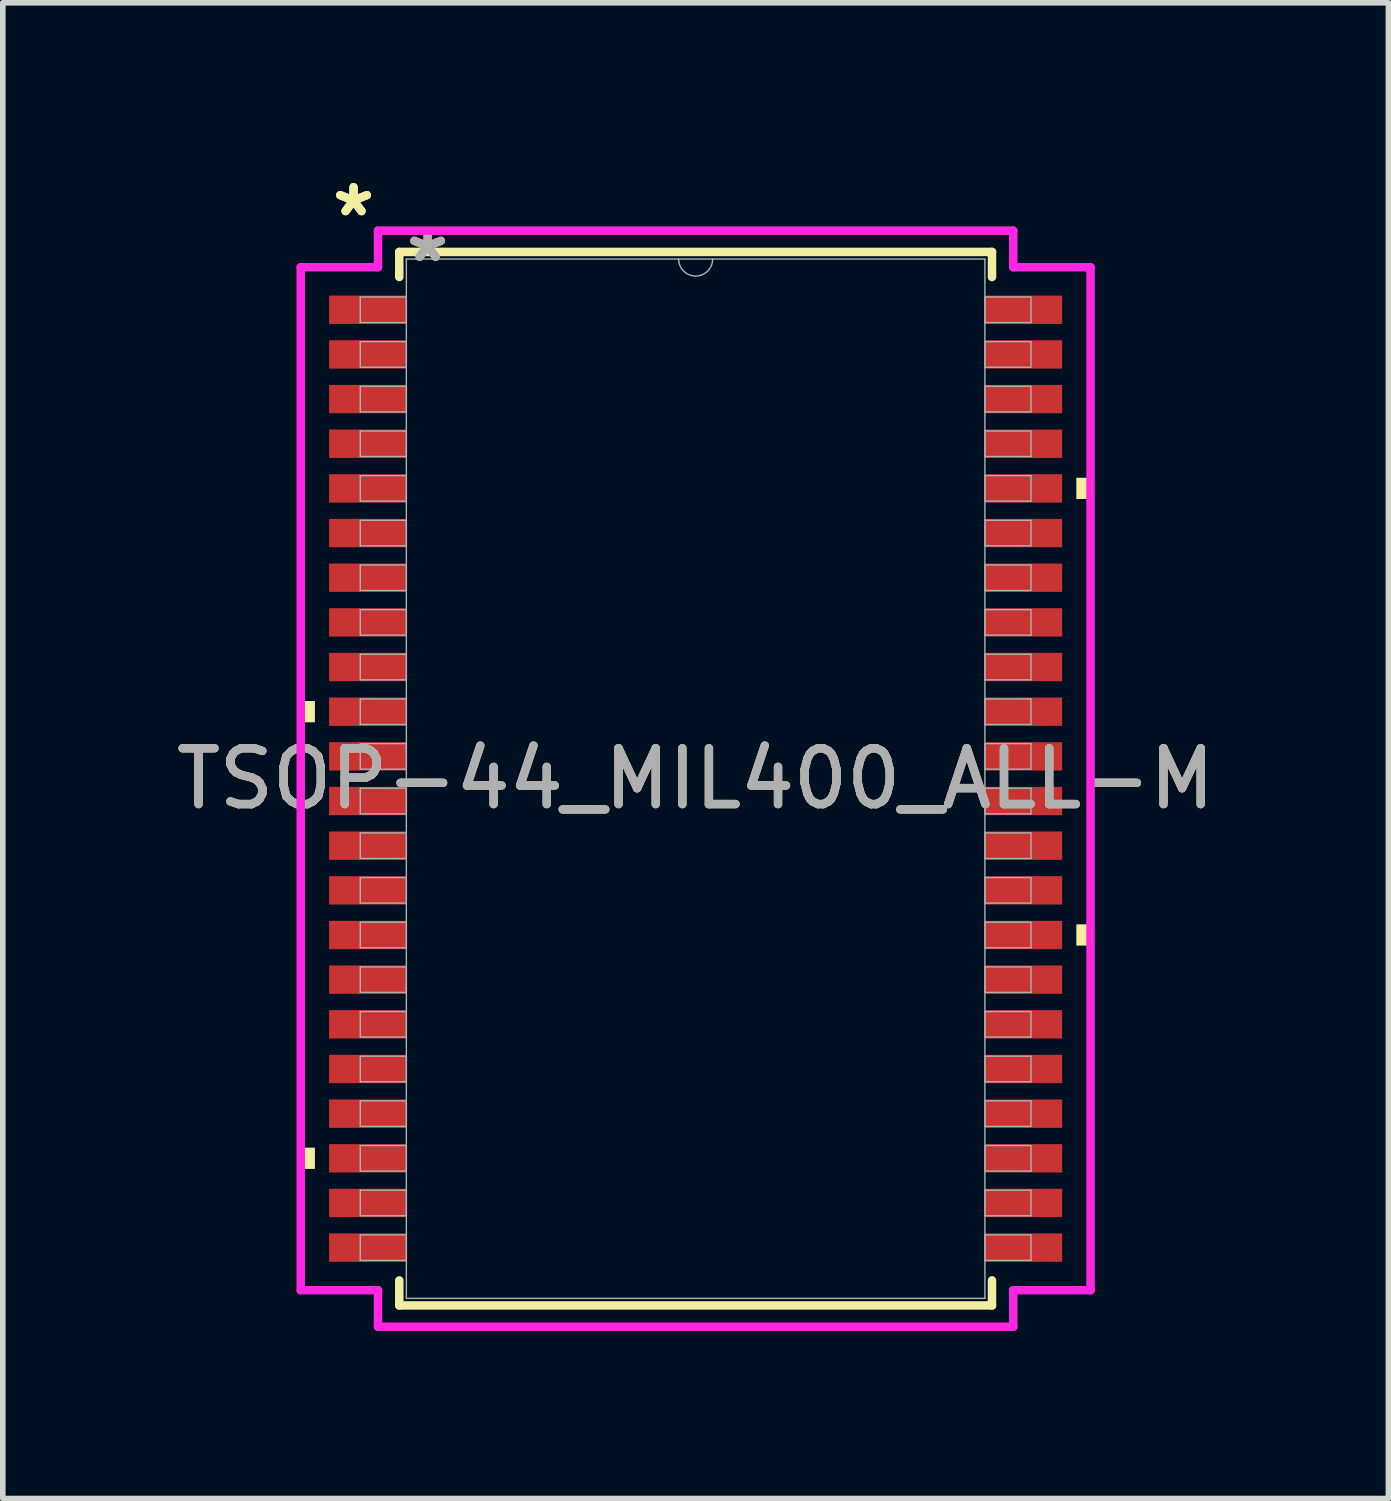
<source format=kicad_pcb>
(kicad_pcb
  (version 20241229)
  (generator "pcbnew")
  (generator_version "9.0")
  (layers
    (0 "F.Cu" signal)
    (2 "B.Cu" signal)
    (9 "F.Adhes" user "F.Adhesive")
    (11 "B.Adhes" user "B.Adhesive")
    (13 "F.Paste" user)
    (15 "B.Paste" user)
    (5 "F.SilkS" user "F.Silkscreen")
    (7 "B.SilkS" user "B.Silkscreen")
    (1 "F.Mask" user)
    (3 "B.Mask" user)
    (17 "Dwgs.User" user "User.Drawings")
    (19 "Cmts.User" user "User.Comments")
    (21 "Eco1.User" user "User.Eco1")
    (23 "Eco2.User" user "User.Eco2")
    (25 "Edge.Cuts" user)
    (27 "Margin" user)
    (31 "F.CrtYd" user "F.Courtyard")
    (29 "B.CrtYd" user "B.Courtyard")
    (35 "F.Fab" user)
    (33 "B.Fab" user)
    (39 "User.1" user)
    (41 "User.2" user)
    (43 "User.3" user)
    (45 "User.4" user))
  (footprint "TSOP-44_MIL400_ALL-M"
    (layer "F.Cu")
    (at 9.411 10.899)
    (property "Reference" "TSOP-44_MIL400_ALL-M" (at 0 0 0) (unlocked yes) (layer "F.SilkS") (effects (font (size 1 1) (thickness 0.15))))
    (attr smd)
    (fp_line (start -5.309 -9.436) (end -5.309 -8.987) (stroke (width 0.152) (type solid)) (layer "F.SilkS"))
    (fp_line (start -5.309 8.987) (end -5.309 9.436) (stroke (width 0.152) (type solid)) (layer "F.SilkS"))
    (fp_line (start -5.309 9.436) (end 5.309 9.436) (stroke (width 0.152) (type solid)) (layer "F.SilkS"))
    (fp_line (start 5.309 -9.436) (end -5.309 -9.436) (stroke (width 0.152) (type solid)) (layer "F.SilkS"))
    (fp_line (start 5.309 -8.987) (end 5.309 -9.436) (stroke (width 0.152) (type solid)) (layer "F.SilkS"))
    (fp_line (start 5.309 9.436) (end 5.309 8.987) (stroke (width 0.152) (type solid)) (layer "F.SilkS"))
    (fp_poly (pts (xy -7.074 -1.391) (xy -7.074 -1.01) (xy -6.82 -1.01) (xy -6.82 -1.391)) (stroke (width 0) (type solid)) (fill yes) (layer "F.SilkS"))
    (fp_poly (pts (xy -7.074 6.609) (xy -7.074 6.99) (xy -6.82 6.99) (xy -6.82 6.609)) (stroke (width 0) (type solid)) (fill yes) (layer "F.SilkS"))
    (fp_poly (pts (xy 7.074 -5.391) (xy 7.074 -5.01) (xy 6.82 -5.01) (xy 6.82 -5.391)) (stroke (width 0) (type solid)) (fill yes) (layer "F.SilkS"))
    (fp_poly (pts (xy 7.074 2.609) (xy 7.074 2.99) (xy 6.82 2.99) (xy 6.82 2.609)) (stroke (width 0) (type solid)) (fill yes) (layer "F.SilkS"))
    (fp_line (start -7.074 -9.162) (end -5.69 -9.162) (stroke (width 0.152) (type solid)) (layer "F.CrtYd"))
    (fp_line (start -7.074 9.162) (end -7.074 -9.162) (stroke (width 0.152) (type solid)) (layer "F.CrtYd"))
    (fp_line (start -7.074 9.162) (end -5.69 9.162) (stroke (width 0.152) (type solid)) (layer "F.CrtYd"))
    (fp_line (start -5.69 -9.817) (end 5.69 -9.817) (stroke (width 0.152) (type solid)) (layer "F.CrtYd"))
    (fp_line (start -5.69 -9.162) (end -5.69 -9.817) (stroke (width 0.152) (type solid)) (layer "F.CrtYd"))
    (fp_line (start -5.69 9.817) (end -5.69 9.162) (stroke (width 0.152) (type solid)) (layer "F.CrtYd"))
    (fp_line (start 5.69 -9.817) (end 5.69 -9.162) (stroke (width 0.152) (type solid)) (layer "F.CrtYd"))
    (fp_line (start 5.69 9.162) (end 5.69 9.817) (stroke (width 0.152) (type solid)) (layer "F.CrtYd"))
    (fp_line (start 5.69 9.817) (end -5.69 9.817) (stroke (width 0.152) (type solid)) (layer "F.CrtYd"))
    (fp_line (start 7.074 -9.162) (end 5.69 -9.162) (stroke (width 0.152) (type solid)) (layer "F.CrtYd"))
    (fp_line (start 7.074 -9.162) (end 7.074 9.162) (stroke (width 0.152) (type solid)) (layer "F.CrtYd"))
    (fp_line (start 7.074 9.162) (end 5.69 9.162) (stroke (width 0.152) (type solid)) (layer "F.CrtYd"))
    (fp_line (start -6.007 -8.629) (end -6.007 -8.171) (stroke (width 0.025) (type solid)) (layer "F.Fab"))
    (fp_line (start -6.007 -8.171) (end -5.182 -8.171) (stroke (width 0.025) (type solid)) (layer "F.Fab"))
    (fp_line (start -6.007 -7.829) (end -6.007 -7.371) (stroke (width 0.025) (type solid)) (layer "F.Fab"))
    (fp_line (start -6.007 -7.371) (end -5.182 -7.371) (stroke (width 0.025) (type solid)) (layer "F.Fab"))
    (fp_line (start -6.007 -7.029) (end -6.007 -6.571) (stroke (width 0.025) (type solid)) (layer "F.Fab"))
    (fp_line (start -6.007 -6.571) (end -5.182 -6.571) (stroke (width 0.025) (type solid)) (layer "F.Fab"))
    (fp_line (start -6.007 -6.229) (end -6.007 -5.771) (stroke (width 0.025) (type solid)) (layer "F.Fab"))
    (fp_line (start -6.007 -5.771) (end -5.182 -5.771) (stroke (width 0.025) (type solid)) (layer "F.Fab"))
    (fp_line (start -6.007 -5.429) (end -6.007 -4.971) (stroke (width 0.025) (type solid)) (layer "F.Fab"))
    (fp_line (start -6.007 -4.971) (end -5.182 -4.971) (stroke (width 0.025) (type solid)) (layer "F.Fab"))
    (fp_line (start -6.007 -4.629) (end -6.007 -4.171) (stroke (width 0.025) (type solid)) (layer "F.Fab"))
    (fp_line (start -6.007 -4.171) (end -5.182 -4.171) (stroke (width 0.025) (type solid)) (layer "F.Fab"))
    (fp_line (start -6.007 -3.829) (end -6.007 -3.371) (stroke (width 0.025) (type solid)) (layer "F.Fab"))
    (fp_line (start -6.007 -3.371) (end -5.182 -3.371) (stroke (width 0.025) (type solid)) (layer "F.Fab"))
    (fp_line (start -6.007 -3.029) (end -6.007 -2.571) (stroke (width 0.025) (type solid)) (layer "F.Fab"))
    (fp_line (start -6.007 -2.571) (end -5.182 -2.571) (stroke (width 0.025) (type solid)) (layer "F.Fab"))
    (fp_line (start -6.007 -2.229) (end -6.007 -1.771) (stroke (width 0.025) (type solid)) (layer "F.Fab"))
    (fp_line (start -6.007 -1.771) (end -5.182 -1.771) (stroke (width 0.025) (type solid)) (layer "F.Fab"))
    (fp_line (start -6.007 -1.429) (end -6.007 -0.971) (stroke (width 0.025) (type solid)) (layer "F.Fab"))
    (fp_line (start -6.007 -0.971) (end -5.182 -0.971) (stroke (width 0.025) (type solid)) (layer "F.Fab"))
    (fp_line (start -6.007 -0.629) (end -6.007 -0.171) (stroke (width 0.025) (type solid)) (layer "F.Fab"))
    (fp_line (start -6.007 -0.171) (end -5.182 -0.171) (stroke (width 0.025) (type solid)) (layer "F.Fab"))
    (fp_line (start -6.007 0.171) (end -6.007 0.629) (stroke (width 0.025) (type solid)) (layer "F.Fab"))
    (fp_line (start -6.007 0.629) (end -5.182 0.629) (stroke (width 0.025) (type solid)) (layer "F.Fab"))
    (fp_line (start -6.007 0.971) (end -6.007 1.429) (stroke (width 0.025) (type solid)) (layer "F.Fab"))
    (fp_line (start -6.007 1.429) (end -5.182 1.429) (stroke (width 0.025) (type solid)) (layer "F.Fab"))
    (fp_line (start -6.007 1.771) (end -6.007 2.229) (stroke (width 0.025) (type solid)) (layer "F.Fab"))
    (fp_line (start -6.007 2.229) (end -5.182 2.229) (stroke (width 0.025) (type solid)) (layer "F.Fab"))
    (fp_line (start -6.007 2.571) (end -6.007 3.029) (stroke (width 0.025) (type solid)) (layer "F.Fab"))
    (fp_line (start -6.007 3.029) (end -5.182 3.029) (stroke (width 0.025) (type solid)) (layer "F.Fab"))
    (fp_line (start -6.007 3.371) (end -6.007 3.829) (stroke (width 0.025) (type solid)) (layer "F.Fab"))
    (fp_line (start -6.007 3.829) (end -5.182 3.829) (stroke (width 0.025) (type solid)) (layer "F.Fab"))
    (fp_line (start -6.007 4.171) (end -6.007 4.629) (stroke (width 0.025) (type solid)) (layer "F.Fab"))
    (fp_line (start -6.007 4.629) (end -5.182 4.629) (stroke (width 0.025) (type solid)) (layer "F.Fab"))
    (fp_line (start -6.007 4.971) (end -6.007 5.429) (stroke (width 0.025) (type solid)) (layer "F.Fab"))
    (fp_line (start -6.007 5.429) (end -5.182 5.429) (stroke (width 0.025) (type solid)) (layer "F.Fab"))
    (fp_line (start -6.007 5.771) (end -6.007 6.229) (stroke (width 0.025) (type solid)) (layer "F.Fab"))
    (fp_line (start -6.007 6.229) (end -5.182 6.229) (stroke (width 0.025) (type solid)) (layer "F.Fab"))
    (fp_line (start -6.007 6.571) (end -6.007 7.029) (stroke (width 0.025) (type solid)) (layer "F.Fab"))
    (fp_line (start -6.007 7.029) (end -5.182 7.029) (stroke (width 0.025) (type solid)) (layer "F.Fab"))
    (fp_line (start -6.007 7.371) (end -6.007 7.829) (stroke (width 0.025) (type solid)) (layer "F.Fab"))
    (fp_line (start -6.007 7.829) (end -5.182 7.829) (stroke (width 0.025) (type solid)) (layer "F.Fab"))
    (fp_line (start -6.007 8.171) (end -6.007 8.629) (stroke (width 0.025) (type solid)) (layer "F.Fab"))
    (fp_line (start -6.007 8.629) (end -5.182 8.629) (stroke (width 0.025) (type solid)) (layer "F.Fab"))
    (fp_line (start -5.182 -9.309) (end -5.182 9.309) (stroke (width 0.025) (type solid)) (layer "F.Fab"))
    (fp_line (start -5.182 -8.629) (end -6.007 -8.629) (stroke (width 0.025) (type solid)) (layer "F.Fab"))
    (fp_line (start -5.182 -8.171) (end -5.182 -8.629) (stroke (width 0.025) (type solid)) (layer "F.Fab"))
    (fp_line (start -5.182 -7.829) (end -6.007 -7.829) (stroke (width 0.025) (type solid)) (layer "F.Fab"))
    (fp_line (start -5.182 -7.371) (end -5.182 -7.829) (stroke (width 0.025) (type solid)) (layer "F.Fab"))
    (fp_line (start -5.182 -7.029) (end -6.007 -7.029) (stroke (width 0.025) (type solid)) (layer "F.Fab"))
    (fp_line (start -5.182 -6.571) (end -5.182 -7.029) (stroke (width 0.025) (type solid)) (layer "F.Fab"))
    (fp_line (start -5.182 -6.229) (end -6.007 -6.229) (stroke (width 0.025) (type solid)) (layer "F.Fab"))
    (fp_line (start -5.182 -5.771) (end -5.182 -6.229) (stroke (width 0.025) (type solid)) (layer "F.Fab"))
    (fp_line (start -5.182 -5.429) (end -6.007 -5.429) (stroke (width 0.025) (type solid)) (layer "F.Fab"))
    (fp_line (start -5.182 -4.971) (end -5.182 -5.429) (stroke (width 0.025) (type solid)) (layer "F.Fab"))
    (fp_line (start -5.182 -4.629) (end -6.007 -4.629) (stroke (width 0.025) (type solid)) (layer "F.Fab"))
    (fp_line (start -5.182 -4.171) (end -5.182 -4.629) (stroke (width 0.025) (type solid)) (layer "F.Fab"))
    (fp_line (start -5.182 -3.829) (end -6.007 -3.829) (stroke (width 0.025) (type solid)) (layer "F.Fab"))
    (fp_line (start -5.182 -3.371) (end -5.182 -3.829) (stroke (width 0.025) (type solid)) (layer "F.Fab"))
    (fp_line (start -5.182 -3.029) (end -6.007 -3.029) (stroke (width 0.025) (type solid)) (layer "F.Fab"))
    (fp_line (start -5.182 -2.571) (end -5.182 -3.029) (stroke (width 0.025) (type solid)) (layer "F.Fab"))
    (fp_line (start -5.182 -2.229) (end -6.007 -2.229) (stroke (width 0.025) (type solid)) (layer "F.Fab"))
    (fp_line (start -5.182 -1.771) (end -5.182 -2.229) (stroke (width 0.025) (type solid)) (layer "F.Fab"))
    (fp_line (start -5.182 -1.429) (end -6.007 -1.429) (stroke (width 0.025) (type solid)) (layer "F.Fab"))
    (fp_line (start -5.182 -0.971) (end -5.182 -1.429) (stroke (width 0.025) (type solid)) (layer "F.Fab"))
    (fp_line (start -5.182 -0.629) (end -6.007 -0.629) (stroke (width 0.025) (type solid)) (layer "F.Fab"))
    (fp_line (start -5.182 -0.171) (end -5.182 -0.629) (stroke (width 0.025) (type solid)) (layer "F.Fab"))
    (fp_line (start -5.182 0.171) (end -6.007 0.171) (stroke (width 0.025) (type solid)) (layer "F.Fab"))
    (fp_line (start -5.182 0.629) (end -5.182 0.171) (stroke (width 0.025) (type solid)) (layer "F.Fab"))
    (fp_line (start -5.182 0.971) (end -6.007 0.971) (stroke (width 0.025) (type solid)) (layer "F.Fab"))
    (fp_line (start -5.182 1.429) (end -5.182 0.971) (stroke (width 0.025) (type solid)) (layer "F.Fab"))
    (fp_line (start -5.182 1.771) (end -6.007 1.771) (stroke (width 0.025) (type solid)) (layer "F.Fab"))
    (fp_line (start -5.182 2.229) (end -5.182 1.771) (stroke (width 0.025) (type solid)) (layer "F.Fab"))
    (fp_line (start -5.182 2.571) (end -6.007 2.571) (stroke (width 0.025) (type solid)) (layer "F.Fab"))
    (fp_line (start -5.182 3.029) (end -5.182 2.571) (stroke (width 0.025) (type solid)) (layer "F.Fab"))
    (fp_line (start -5.182 3.371) (end -6.007 3.371) (stroke (width 0.025) (type solid)) (layer "F.Fab"))
    (fp_line (start -5.182 3.829) (end -5.182 3.371) (stroke (width 0.025) (type solid)) (layer "F.Fab"))
    (fp_line (start -5.182 4.171) (end -6.007 4.171) (stroke (width 0.025) (type solid)) (layer "F.Fab"))
    (fp_line (start -5.182 4.629) (end -5.182 4.171) (stroke (width 0.025) (type solid)) (layer "F.Fab"))
    (fp_line (start -5.182 4.971) (end -6.007 4.971) (stroke (width 0.025) (type solid)) (layer "F.Fab"))
    (fp_line (start -5.182 5.429) (end -5.182 4.971) (stroke (width 0.025) (type solid)) (layer "F.Fab"))
    (fp_line (start -5.182 5.771) (end -6.007 5.771) (stroke (width 0.025) (type solid)) (layer "F.Fab"))
    (fp_line (start -5.182 6.229) (end -5.182 5.771) (stroke (width 0.025) (type solid)) (layer "F.Fab"))
    (fp_line (start -5.182 6.571) (end -6.007 6.571) (stroke (width 0.025) (type solid)) (layer "F.Fab"))
    (fp_line (start -5.182 7.029) (end -5.182 6.571) (stroke (width 0.025) (type solid)) (layer "F.Fab"))
    (fp_line (start -5.182 7.371) (end -6.007 7.371) (stroke (width 0.025) (type solid)) (layer "F.Fab"))
    (fp_line (start -5.182 7.829) (end -5.182 7.371) (stroke (width 0.025) (type solid)) (layer "F.Fab"))
    (fp_line (start -5.182 8.171) (end -6.007 8.171) (stroke (width 0.025) (type solid)) (layer "F.Fab"))
    (fp_line (start -5.182 8.629) (end -5.182 8.171) (stroke (width 0.025) (type solid)) (layer "F.Fab"))
    (fp_line (start -5.182 9.309) (end 5.182 9.309) (stroke (width 0.025) (type solid)) (layer "F.Fab"))
    (fp_line (start 5.182 -9.309) (end -5.182 -9.309) (stroke (width 0.025) (type solid)) (layer "F.Fab"))
    (fp_line (start 5.182 -8.629) (end 5.182 -8.171) (stroke (width 0.025) (type solid)) (layer "F.Fab"))
    (fp_line (start 5.182 -8.171) (end 6.007 -8.171) (stroke (width 0.025) (type solid)) (layer "F.Fab"))
    (fp_line (start 5.182 -7.829) (end 5.182 -7.371) (stroke (width 0.025) (type solid)) (layer "F.Fab"))
    (fp_line (start 5.182 -7.371) (end 6.007 -7.371) (stroke (width 0.025) (type solid)) (layer "F.Fab"))
    (fp_line (start 5.182 -7.029) (end 5.182 -6.571) (stroke (width 0.025) (type solid)) (layer "F.Fab"))
    (fp_line (start 5.182 -6.571) (end 6.007 -6.571) (stroke (width 0.025) (type solid)) (layer "F.Fab"))
    (fp_line (start 5.182 -6.229) (end 5.182 -5.771) (stroke (width 0.025) (type solid)) (layer "F.Fab"))
    (fp_line (start 5.182 -5.771) (end 6.007 -5.771) (stroke (width 0.025) (type solid)) (layer "F.Fab"))
    (fp_line (start 5.182 -5.429) (end 5.182 -4.971) (stroke (width 0.025) (type solid)) (layer "F.Fab"))
    (fp_line (start 5.182 -4.971) (end 6.007 -4.971) (stroke (width 0.025) (type solid)) (layer "F.Fab"))
    (fp_line (start 5.182 -4.629) (end 5.182 -4.171) (stroke (width 0.025) (type solid)) (layer "F.Fab"))
    (fp_line (start 5.182 -4.171) (end 6.007 -4.171) (stroke (width 0.025) (type solid)) (layer "F.Fab"))
    (fp_line (start 5.182 -3.829) (end 5.182 -3.371) (stroke (width 0.025) (type solid)) (layer "F.Fab"))
    (fp_line (start 5.182 -3.371) (end 6.007 -3.371) (stroke (width 0.025) (type solid)) (layer "F.Fab"))
    (fp_line (start 5.182 -3.029) (end 5.182 -2.571) (stroke (width 0.025) (type solid)) (layer "F.Fab"))
    (fp_line (start 5.182 -2.571) (end 6.007 -2.571) (stroke (width 0.025) (type solid)) (layer "F.Fab"))
    (fp_line (start 5.182 -2.229) (end 5.182 -1.771) (stroke (width 0.025) (type solid)) (layer "F.Fab"))
    (fp_line (start 5.182 -1.771) (end 6.007 -1.771) (stroke (width 0.025) (type solid)) (layer "F.Fab"))
    (fp_line (start 5.182 -1.429) (end 5.182 -0.971) (stroke (width 0.025) (type solid)) (layer "F.Fab"))
    (fp_line (start 5.182 -0.971) (end 6.007 -0.971) (stroke (width 0.025) (type solid)) (layer "F.Fab"))
    (fp_line (start 5.182 -0.629) (end 5.182 -0.171) (stroke (width 0.025) (type solid)) (layer "F.Fab"))
    (fp_line (start 5.182 -0.171) (end 6.007 -0.171) (stroke (width 0.025) (type solid)) (layer "F.Fab"))
    (fp_line (start 5.182 0.171) (end 5.182 0.629) (stroke (width 0.025) (type solid)) (layer "F.Fab"))
    (fp_line (start 5.182 0.629) (end 6.007 0.629) (stroke (width 0.025) (type solid)) (layer "F.Fab"))
    (fp_line (start 5.182 0.971) (end 5.182 1.429) (stroke (width 0.025) (type solid)) (layer "F.Fab"))
    (fp_line (start 5.182 1.429) (end 6.007 1.429) (stroke (width 0.025) (type solid)) (layer "F.Fab"))
    (fp_line (start 5.182 1.771) (end 5.182 2.229) (stroke (width 0.025) (type solid)) (layer "F.Fab"))
    (fp_line (start 5.182 2.229) (end 6.007 2.229) (stroke (width 0.025) (type solid)) (layer "F.Fab"))
    (fp_line (start 5.182 2.571) (end 5.182 3.029) (stroke (width 0.025) (type solid)) (layer "F.Fab"))
    (fp_line (start 5.182 3.029) (end 6.007 3.029) (stroke (width 0.025) (type solid)) (layer "F.Fab"))
    (fp_line (start 5.182 3.371) (end 5.182 3.829) (stroke (width 0.025) (type solid)) (layer "F.Fab"))
    (fp_line (start 5.182 3.829) (end 6.007 3.829) (stroke (width 0.025) (type solid)) (layer "F.Fab"))
    (fp_line (start 5.182 4.171) (end 5.182 4.629) (stroke (width 0.025) (type solid)) (layer "F.Fab"))
    (fp_line (start 5.182 4.629) (end 6.007 4.629) (stroke (width 0.025) (type solid)) (layer "F.Fab"))
    (fp_line (start 5.182 4.971) (end 5.182 5.429) (stroke (width 0.025) (type solid)) (layer "F.Fab"))
    (fp_line (start 5.182 5.429) (end 6.007 5.429) (stroke (width 0.025) (type solid)) (layer "F.Fab"))
    (fp_line (start 5.182 5.771) (end 5.182 6.229) (stroke (width 0.025) (type solid)) (layer "F.Fab"))
    (fp_line (start 5.182 6.229) (end 6.007 6.229) (stroke (width 0.025) (type solid)) (layer "F.Fab"))
    (fp_line (start 5.182 6.571) (end 5.182 7.029) (stroke (width 0.025) (type solid)) (layer "F.Fab"))
    (fp_line (start 5.182 7.029) (end 6.007 7.029) (stroke (width 0.025) (type solid)) (layer "F.Fab"))
    (fp_line (start 5.182 7.371) (end 5.182 7.829) (stroke (width 0.025) (type solid)) (layer "F.Fab"))
    (fp_line (start 5.182 7.829) (end 6.007 7.829) (stroke (width 0.025) (type solid)) (layer "F.Fab"))
    (fp_line (start 5.182 8.171) (end 5.182 8.629) (stroke (width 0.025) (type solid)) (layer "F.Fab"))
    (fp_line (start 5.182 8.629) (end 6.007 8.629) (stroke (width 0.025) (type solid)) (layer "F.Fab"))
    (fp_line (start 5.182 9.309) (end 5.182 -9.309) (stroke (width 0.025) (type solid)) (layer "F.Fab"))
    (fp_line (start 6.007 -8.629) (end 5.182 -8.629) (stroke (width 0.025) (type solid)) (layer "F.Fab"))
    (fp_line (start 6.007 -8.171) (end 6.007 -8.629) (stroke (width 0.025) (type solid)) (layer "F.Fab"))
    (fp_line (start 6.007 -7.829) (end 5.182 -7.829) (stroke (width 0.025) (type solid)) (layer "F.Fab"))
    (fp_line (start 6.007 -7.371) (end 6.007 -7.829) (stroke (width 0.025) (type solid)) (layer "F.Fab"))
    (fp_line (start 6.007 -7.029) (end 5.182 -7.029) (stroke (width 0.025) (type solid)) (layer "F.Fab"))
    (fp_line (start 6.007 -6.571) (end 6.007 -7.029) (stroke (width 0.025) (type solid)) (layer "F.Fab"))
    (fp_line (start 6.007 -6.229) (end 5.182 -6.229) (stroke (width 0.025) (type solid)) (layer "F.Fab"))
    (fp_line (start 6.007 -5.771) (end 6.007 -6.229) (stroke (width 0.025) (type solid)) (layer "F.Fab"))
    (fp_line (start 6.007 -5.429) (end 5.182 -5.429) (stroke (width 0.025) (type solid)) (layer "F.Fab"))
    (fp_line (start 6.007 -4.971) (end 6.007 -5.429) (stroke (width 0.025) (type solid)) (layer "F.Fab"))
    (fp_line (start 6.007 -4.629) (end 5.182 -4.629) (stroke (width 0.025) (type solid)) (layer "F.Fab"))
    (fp_line (start 6.007 -4.171) (end 6.007 -4.629) (stroke (width 0.025) (type solid)) (layer "F.Fab"))
    (fp_line (start 6.007 -3.829) (end 5.182 -3.829) (stroke (width 0.025) (type solid)) (layer "F.Fab"))
    (fp_line (start 6.007 -3.371) (end 6.007 -3.829) (stroke (width 0.025) (type solid)) (layer "F.Fab"))
    (fp_line (start 6.007 -3.029) (end 5.182 -3.029) (stroke (width 0.025) (type solid)) (layer "F.Fab"))
    (fp_line (start 6.007 -2.571) (end 6.007 -3.029) (stroke (width 0.025) (type solid)) (layer "F.Fab"))
    (fp_line (start 6.007 -2.229) (end 5.182 -2.229) (stroke (width 0.025) (type solid)) (layer "F.Fab"))
    (fp_line (start 6.007 -1.771) (end 6.007 -2.229) (stroke (width 0.025) (type solid)) (layer "F.Fab"))
    (fp_line (start 6.007 -1.429) (end 5.182 -1.429) (stroke (width 0.025) (type solid)) (layer "F.Fab"))
    (fp_line (start 6.007 -0.971) (end 6.007 -1.429) (stroke (width 0.025) (type solid)) (layer "F.Fab"))
    (fp_line (start 6.007 -0.629) (end 5.182 -0.629) (stroke (width 0.025) (type solid)) (layer "F.Fab"))
    (fp_line (start 6.007 -0.171) (end 6.007 -0.629) (stroke (width 0.025) (type solid)) (layer "F.Fab"))
    (fp_line (start 6.007 0.171) (end 5.182 0.171) (stroke (width 0.025) (type solid)) (layer "F.Fab"))
    (fp_line (start 6.007 0.629) (end 6.007 0.171) (stroke (width 0.025) (type solid)) (layer "F.Fab"))
    (fp_line (start 6.007 0.971) (end 5.182 0.971) (stroke (width 0.025) (type solid)) (layer "F.Fab"))
    (fp_line (start 6.007 1.429) (end 6.007 0.971) (stroke (width 0.025) (type solid)) (layer "F.Fab"))
    (fp_line (start 6.007 1.771) (end 5.182 1.771) (stroke (width 0.025) (type solid)) (layer "F.Fab"))
    (fp_line (start 6.007 2.229) (end 6.007 1.771) (stroke (width 0.025) (type solid)) (layer "F.Fab"))
    (fp_line (start 6.007 2.571) (end 5.182 2.571) (stroke (width 0.025) (type solid)) (layer "F.Fab"))
    (fp_line (start 6.007 3.029) (end 6.007 2.571) (stroke (width 0.025) (type solid)) (layer "F.Fab"))
    (fp_line (start 6.007 3.371) (end 5.182 3.371) (stroke (width 0.025) (type solid)) (layer "F.Fab"))
    (fp_line (start 6.007 3.829) (end 6.007 3.371) (stroke (width 0.025) (type solid)) (layer "F.Fab"))
    (fp_line (start 6.007 4.171) (end 5.182 4.171) (stroke (width 0.025) (type solid)) (layer "F.Fab"))
    (fp_line (start 6.007 4.629) (end 6.007 4.171) (stroke (width 0.025) (type solid)) (layer "F.Fab"))
    (fp_line (start 6.007 4.971) (end 5.182 4.971) (stroke (width 0.025) (type solid)) (layer "F.Fab"))
    (fp_line (start 6.007 5.429) (end 6.007 4.971) (stroke (width 0.025) (type solid)) (layer "F.Fab"))
    (fp_line (start 6.007 5.771) (end 5.182 5.771) (stroke (width 0.025) (type solid)) (layer "F.Fab"))
    (fp_line (start 6.007 6.229) (end 6.007 5.771) (stroke (width 0.025) (type solid)) (layer "F.Fab"))
    (fp_line (start 6.007 6.571) (end 5.182 6.571) (stroke (width 0.025) (type solid)) (layer "F.Fab"))
    (fp_line (start 6.007 7.029) (end 6.007 6.571) (stroke (width 0.025) (type solid)) (layer "F.Fab"))
    (fp_line (start 6.007 7.371) (end 5.182 7.371) (stroke (width 0.025) (type solid)) (layer "F.Fab"))
    (fp_line (start 6.007 7.829) (end 6.007 7.371) (stroke (width 0.025) (type solid)) (layer "F.Fab"))
    (fp_line (start 6.007 8.171) (end 5.182 8.171) (stroke (width 0.025) (type solid)) (layer "F.Fab"))
    (fp_line (start 6.007 8.629) (end 6.007 8.171) (stroke (width 0.025) (type solid)) (layer "F.Fab"))
    (fp_arc (start 0.3048 -9.3091) (mid 0 -9.0043) (end -0.3048 -9.3091) (stroke (width 0.0254) (type solid)) (layer "F.Fab"))
    (fp_text user "*" (at -6.128 -10.051 0) (unlocked yes) (layer "F.SilkS") (effects (font (size 1 1) (thickness 0.15))))
    (fp_text user "*" (at -6.128 -10.051 0) (layer "F.SilkS") (effects (font (size 1 1) (thickness 0.15))))
    (fp_text user "${REFERENCE}" (at 0 0 0) (unlocked yes) (layer "F.Fab") (effects (font (size 1 1) (thickness 0.15))))
    (fp_text user "*" (at -4.801 -9.233 0) (unlocked yes) (layer "F.Fab") (effects (font (size 1 1) (thickness 0.15))))
    (fp_text user "*" (at -4.801 -9.233 0) (layer "F.Fab") (effects (font (size 1 1) (thickness 0.15))))
    (pad "1" smd rect (at -5.874 -8.4) (size 1.384 0.508) (layers "F.Cu" "F.Mask" "F.Paste"))
    (pad "2" smd rect (at -5.874 -7.6) (size 1.384 0.508) (layers "F.Cu" "F.Mask" "F.Paste"))
    (pad "3" smd rect (at -5.874 -6.8) (size 1.384 0.508) (layers "F.Cu" "F.Mask" "F.Paste"))
    (pad "4" smd rect (at -5.874 -6) (size 1.384 0.508) (layers "F.Cu" "F.Mask" "F.Paste"))
    (pad "5" smd rect (at -5.874 -5.2) (size 1.384 0.508) (layers "F.Cu" "F.Mask" "F.Paste"))
    (pad "6" smd rect (at -5.874 -4.4) (size 1.384 0.508) (layers "F.Cu" "F.Mask" "F.Paste"))
    (pad "7" smd rect (at -5.874 -3.6) (size 1.384 0.508) (layers "F.Cu" "F.Mask" "F.Paste"))
    (pad "8" smd rect (at -5.874 -2.8) (size 1.384 0.508) (layers "F.Cu" "F.Mask" "F.Paste"))
    (pad "9" smd rect (at -5.874 -2) (size 1.384 0.508) (layers "F.Cu" "F.Mask" "F.Paste"))
    (pad "10" smd rect (at -5.874 -1.2) (size 1.384 0.508) (layers "F.Cu" "F.Mask" "F.Paste"))
    (pad "11" smd rect (at -5.874 -0.4) (size 1.384 0.508) (layers "F.Cu" "F.Mask" "F.Paste"))
    (pad "12" smd rect (at -5.874 0.4) (size 1.384 0.508) (layers "F.Cu" "F.Mask" "F.Paste"))
    (pad "13" smd rect (at -5.874 1.2) (size 1.384 0.508) (layers "F.Cu" "F.Mask" "F.Paste"))
    (pad "14" smd rect (at -5.874 2) (size 1.384 0.508) (layers "F.Cu" "F.Mask" "F.Paste"))
    (pad "15" smd rect (at -5.874 2.8) (size 1.384 0.508) (layers "F.Cu" "F.Mask" "F.Paste"))
    (pad "16" smd rect (at -5.874 3.6) (size 1.384 0.508) (layers "F.Cu" "F.Mask" "F.Paste"))
    (pad "17" smd rect (at -5.874 4.4) (size 1.384 0.508) (layers "F.Cu" "F.Mask" "F.Paste"))
    (pad "18" smd rect (at -5.874 5.2) (size 1.384 0.508) (layers "F.Cu" "F.Mask" "F.Paste"))
    (pad "19" smd rect (at -5.874 6) (size 1.384 0.508) (layers "F.Cu" "F.Mask" "F.Paste"))
    (pad "20" smd rect (at -5.874 6.8) (size 1.384 0.508) (layers "F.Cu" "F.Mask" "F.Paste"))
    (pad "21" smd rect (at -5.874 7.6) (size 1.384 0.508) (layers "F.Cu" "F.Mask" "F.Paste"))
    (pad "22" smd rect (at -5.874 8.4) (size 1.384 0.508) (layers "F.Cu" "F.Mask" "F.Paste"))
    (pad "23" smd rect (at 5.874 8.4) (size 1.384 0.508) (layers "F.Cu" "F.Mask" "F.Paste"))
    (pad "24" smd rect (at 5.874 7.6) (size 1.384 0.508) (layers "F.Cu" "F.Mask" "F.Paste"))
    (pad "25" smd rect (at 5.874 6.8) (size 1.384 0.508) (layers "F.Cu" "F.Mask" "F.Paste"))
    (pad "26" smd rect (at 5.874 6) (size 1.384 0.508) (layers "F.Cu" "F.Mask" "F.Paste"))
    (pad "27" smd rect (at 5.874 5.2) (size 1.384 0.508) (layers "F.Cu" "F.Mask" "F.Paste"))
    (pad "28" smd rect (at 5.874 4.4) (size 1.384 0.508) (layers "F.Cu" "F.Mask" "F.Paste"))
    (pad "29" smd rect (at 5.874 3.6) (size 1.384 0.508) (layers "F.Cu" "F.Mask" "F.Paste"))
    (pad "30" smd rect (at 5.874 2.8) (size 1.384 0.508) (layers "F.Cu" "F.Mask" "F.Paste"))
    (pad "31" smd rect (at 5.874 2) (size 1.384 0.508) (layers "F.Cu" "F.Mask" "F.Paste"))
    (pad "32" smd rect (at 5.874 1.2) (size 1.384 0.508) (layers "F.Cu" "F.Mask" "F.Paste"))
    (pad "33" smd rect (at 5.874 0.4) (size 1.384 0.508) (layers "F.Cu" "F.Mask" "F.Paste"))
    (pad "34" smd rect (at 5.874 -0.4) (size 1.384 0.508) (layers "F.Cu" "F.Mask" "F.Paste"))
    (pad "35" smd rect (at 5.874 -1.2) (size 1.384 0.508) (layers "F.Cu" "F.Mask" "F.Paste"))
    (pad "36" smd rect (at 5.874 -2) (size 1.384 0.508) (layers "F.Cu" "F.Mask" "F.Paste"))
    (pad "37" smd rect (at 5.874 -2.8) (size 1.384 0.508) (layers "F.Cu" "F.Mask" "F.Paste"))
    (pad "38" smd rect (at 5.874 -3.6) (size 1.384 0.508) (layers "F.Cu" "F.Mask" "F.Paste"))
    (pad "39" smd rect (at 5.874 -4.4) (size 1.384 0.508) (layers "F.Cu" "F.Mask" "F.Paste"))
    (pad "40" smd rect (at 5.874 -5.2) (size 1.384 0.508) (layers "F.Cu" "F.Mask" "F.Paste"))
    (pad "41" smd rect (at 5.874 -6) (size 1.384 0.508) (layers "F.Cu" "F.Mask" "F.Paste"))
    (pad "42" smd rect (at 5.874 -6.8) (size 1.384 0.508) (layers "F.Cu" "F.Mask" "F.Paste"))
    (pad "43" smd rect (at 5.874 -7.6) (size 1.384 0.508) (layers "F.Cu" "F.Mask" "F.Paste"))
    (pad "44" smd rect (at 5.874 -8.4) (size 1.384 0.508) (layers "F.Cu" "F.Mask" "F.Paste")))
  (gr_rect
    (start -3 -3)
    (end 21.821 23.793)
    (stroke (width 0.1) (type default))
    (fill no)
    (layer "Edge.Cuts")))
</source>
